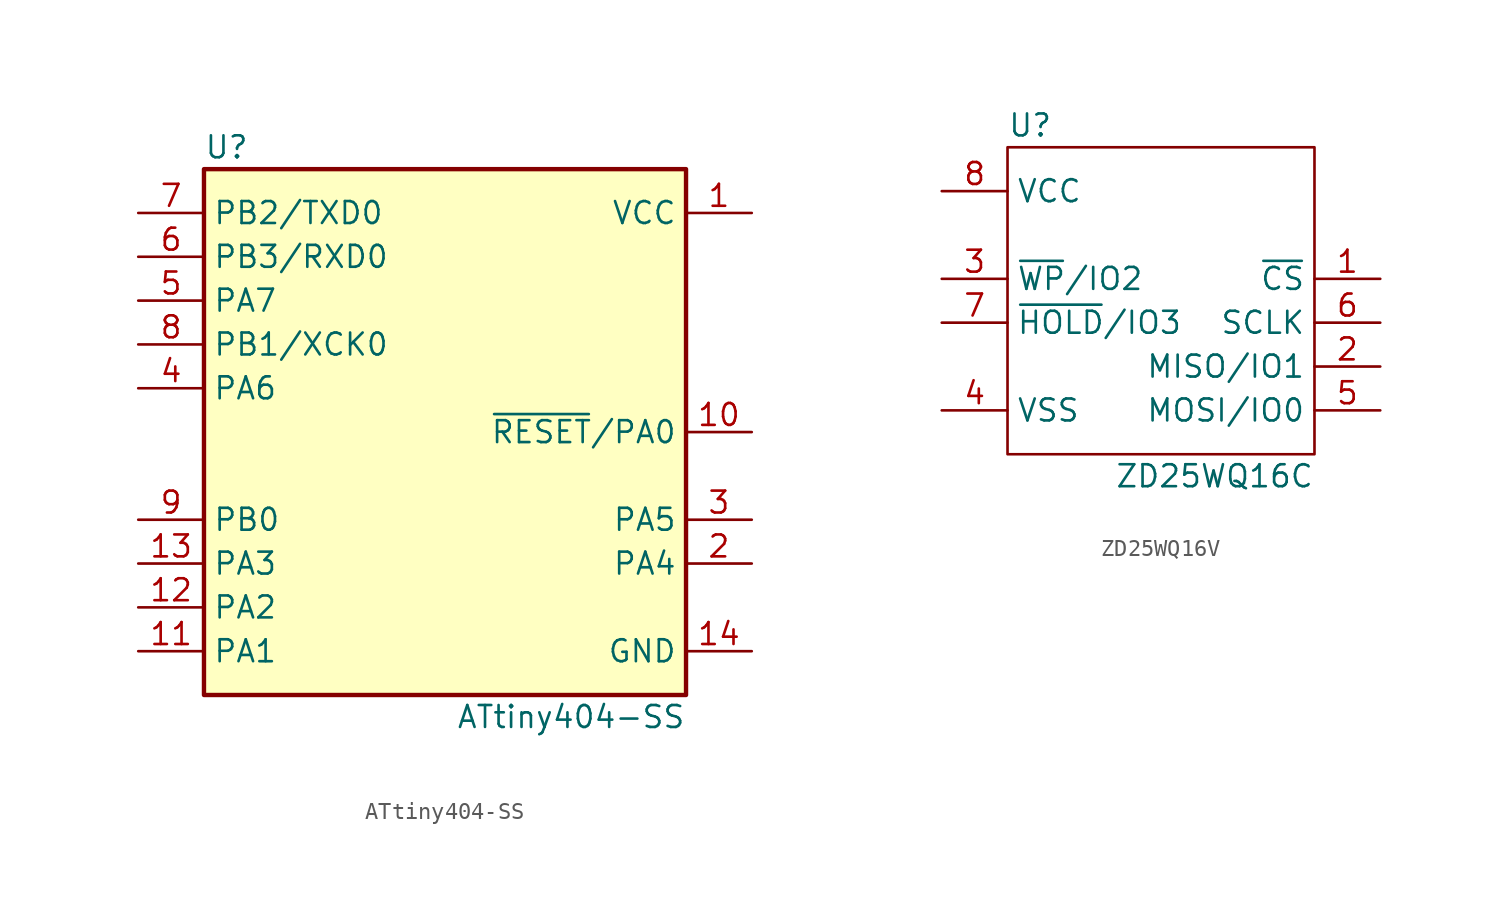
<source format=kicad_sym>
(kicad_symbol_lib
  (version 20231120)
  (generator "kicad_symbol_editor")
  (generator_version "8.0")
  (symbol "ATtiny404-SS"
    (property "Reference" "U"
      (at -13.97 16.51 0)
      (effects (font (size 1.27 1.27)) (justify left)))
    (property "Value" "ATtiny404-SS"
      (at 13.97 -16.51 0)
      (effects (font (size 1.27 1.27)) (justify right)))
    (symbol "ATtiny404-SS_0_1"
      (rectangle (start -13.97 15.24) (end 13.97 -15.24) (stroke (width 0.254) (type default)) (fill (type background))))
    (symbol "ATtiny404-SS_1_1"
      (pin power_in line (at 17.78 12.7 180) (length 3.81) (name "VCC" (effects (font (size 1.27 1.27)))) (number "1" (effects (font (size 1.27 1.27)))))
      (pin bidirectional line (at 17.78 0 180) (length 3.81) (name "~{RESET}/PA0" (effects (font (size 1.27 1.27)))) (number "10" (effects (font (size 1.27 1.27)))))
      (pin bidirectional line (at -17.78 -12.7 0) (length 3.81) (name "PA1" (effects (font (size 1.27 1.27)))) (number "11" (effects (font (size 1.27 1.27)))))
      (pin bidirectional line (at -17.78 -10.16 0) (length 3.81) (name "PA2" (effects (font (size 1.27 1.27)))) (number "12" (effects (font (size 1.27 1.27)))))
      (pin bidirectional line (at -17.78 -7.62 0) (length 3.81) (name "PA3" (effects (font (size 1.27 1.27)))) (number "13" (effects (font (size 1.27 1.27)))))
      (pin power_in line (at 17.78 -12.7 180) (length 3.81) (name "GND" (effects (font (size 1.27 1.27)))) (number "14" (effects (font (size 1.27 1.27)))))
      (pin bidirectional line (at 17.78 -7.62 180) (length 3.81) (name "PA4" (effects (font (size 1.27 1.27)))) (number "2" (effects (font (size 1.27 1.27)))))
      (pin bidirectional line (at 17.78 -5.08 180) (length 3.81) (name "PA5" (effects (font (size 1.27 1.27)))) (number "3" (effects (font (size 1.27 1.27)))))
      (pin bidirectional line (at -17.78 2.54 0) (length 3.81) (name "PA6" (effects (font (size 1.27 1.27)))) (number "4" (effects (font (size 1.27 1.27)))))
      (pin bidirectional line (at -17.78 7.62 0) (length 3.81) (name "PA7" (effects (font (size 1.27 1.27)))) (number "5" (effects (font (size 1.27 1.27)))))
      (pin bidirectional line (at -17.78 10.16 0) (length 3.81) (name "PB3/RXD0" (effects (font (size 1.27 1.27)))) (number "6" (effects (font (size 1.27 1.27)))))
      (pin bidirectional line (at -17.78 12.7 0) (length 3.81) (name "PB2/TXD0" (effects (font (size 1.27 1.27)))) (number "7" (effects (font (size 1.27 1.27)))))
      (pin bidirectional line (at -17.78 5.08 0) (length 3.81) (name "PB1/XCK0" (effects (font (size 1.27 1.27)))) (number "8" (effects (font (size 1.27 1.27)))))
      (pin bidirectional line (at -17.78 -5.08 0) (length 3.81) (name "PB0" (effects (font (size 1.27 1.27)))) (number "9" (effects (font (size 1.27 1.27)))))))
  (symbol "ZD25WQ16V"
    (property "Reference" "U"
      (at -8.89 8.89 0)
      (effects (font (size 1.27 1.27)) (justify left)))
    (property "Value" "ZD25WQ16C"
      (at 8.89 -11.43 0)
      (effects (font (size 1.27 1.27)) (justify right)))
    (symbol "ZD25WQ16V_0_1"
      (rectangle (start -8.89 7.62) (end 8.89 -10.16) (stroke (width 0) (type default)) (fill (type none))))
    (symbol "ZD25WQ16V_1_1"
      (pin input line (at 12.7 0 180) (length 3.81) (name "~{CS}" (effects (font (size 1.27 1.27)))) (number "1" (effects (font (size 1.27 1.27)))))
      (pin output line (at 12.7 -5.08 180) (length 3.81) (name "MISO/IO1" (effects (font (size 1.27 1.27)))) (number "2" (effects (font (size 1.27 1.27)))))
      (pin input line (at -12.7 0 0) (length 3.81) (name "~{WP}/IO2" (effects (font (size 1.27 1.27)))) (number "3" (effects (font (size 1.27 1.27)))))
      (pin power_in line (at -12.7 -7.62 0) (length 3.81) (name "VSS" (effects (font (size 1.27 1.27)))) (number "4" (effects (font (size 1.27 1.27)))))
      (pin input line (at 12.7 -7.62 180) (length 3.81) (name "MOSI/IO0" (effects (font (size 1.27 1.27)))) (number "5" (effects (font (size 1.27 1.27)))))
      (pin input line (at 12.7 -2.54 180) (length 3.81) (name "SCLK" (effects (font (size 1.27 1.27)))) (number "6" (effects (font (size 1.27 1.27)))))
      (pin input line (at -12.7 -2.54 0) (length 3.81) (name "~{HOLD}/IO3" (effects (font (size 1.27 1.27)))) (number "7" (effects (font (size 1.27 1.27)))))
      (pin power_in line (at -12.7 5.08 0) (length 3.81) (name "VCC" (effects (font (size 1.27 1.27)))) (number "8" (effects (font (size 1.27 1.27))))))))
</source>
